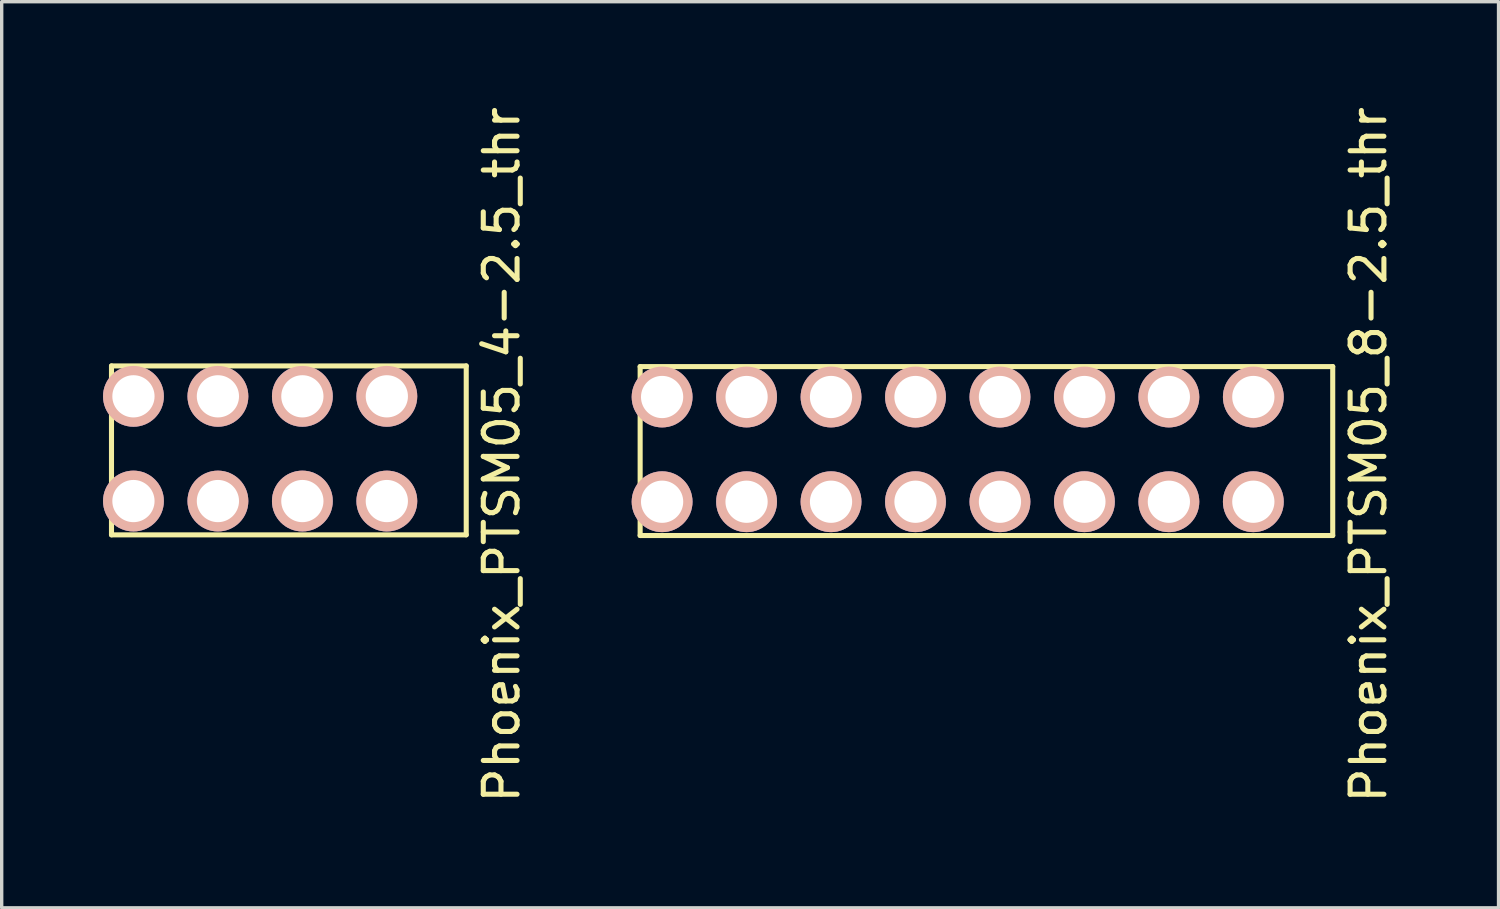
<source format=kicad_pcb>
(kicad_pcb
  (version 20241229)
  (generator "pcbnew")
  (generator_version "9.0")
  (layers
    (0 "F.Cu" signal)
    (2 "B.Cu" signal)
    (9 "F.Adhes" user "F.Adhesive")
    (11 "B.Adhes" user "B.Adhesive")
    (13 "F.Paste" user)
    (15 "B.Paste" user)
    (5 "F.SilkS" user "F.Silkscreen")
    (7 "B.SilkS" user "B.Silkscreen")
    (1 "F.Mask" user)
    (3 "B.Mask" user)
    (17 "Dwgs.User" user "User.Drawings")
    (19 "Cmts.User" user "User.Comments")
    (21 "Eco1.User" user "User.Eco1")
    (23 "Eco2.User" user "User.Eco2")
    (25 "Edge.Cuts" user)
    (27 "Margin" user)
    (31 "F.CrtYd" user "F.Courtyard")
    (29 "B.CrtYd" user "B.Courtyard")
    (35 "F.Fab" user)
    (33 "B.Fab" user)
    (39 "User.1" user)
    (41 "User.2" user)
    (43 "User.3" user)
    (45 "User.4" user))
  (footprint "Phoenix_PTSM05_4-2.5_thr"
    (layer "F.Cu")
    (at 0.9 11.781)
    (property "Reference" "Phoenix_PTSM05_4-2.5_thr" (at 10.9 -1.37 90) (layer "F.SilkS") (effects (font (size 1 1) (thickness 0.15))))
    (attr through_hole)
    (fp_line (start -0.65 -4) (end -0.65 1) (stroke (width 0.15) (type solid)) (layer "F.SilkS"))
    (fp_line (start -0.65 -4) (end 9.85 -4) (stroke (width 0.15) (type solid)) (layer "F.SilkS"))
    (fp_line (start -0.65 1) (end 9.85 1) (stroke (width 0.15) (type solid)) (layer "F.SilkS"))
    (fp_line (start 9.85 -4) (end 9.85 1) (stroke (width 0.15) (type solid)) (layer "F.SilkS"))
    (pad "1" thru_hole circle (at 0 0) (size 1.8 1.8) (drill 1.25) (layers "*.Cu" "*.Mask" "B.SilkS"))
    (pad "2" thru_hole circle (at 0 -3.1) (size 1.8 1.8) (drill 1.25) (layers "*.Cu" "*.Mask" "B.SilkS"))
    (pad "3" thru_hole circle (at 2.5 0) (size 1.8 1.8) (drill 1.25) (layers "*.Cu" "*.Mask" "B.SilkS"))
    (pad "4" thru_hole circle (at 2.5 -3.1) (size 1.8 1.8) (drill 1.25) (layers "*.Cu" "*.Mask" "B.SilkS"))
    (pad "5" thru_hole circle (at 5 0) (size 1.8 1.8) (drill 1.25) (layers "*.Cu" "*.Mask" "B.SilkS"))
    (pad "6" thru_hole circle (at 5 -3.1) (size 1.8 1.8) (drill 1.25) (layers "*.Cu" "*.Mask" "B.SilkS"))
    (pad "7" thru_hole circle (at 7.5 0) (size 1.8 1.8) (drill 1.25) (layers "*.Cu" "*.Mask" "B.SilkS"))
    (pad "8" thru_hole circle (at 7.5 -3.1) (size 1.8 1.8) (drill 1.25) (layers "*.Cu" "*.Mask" "B.SilkS")))
  (footprint "Phoenix_PTSM05_8-2.5_thr"
    (layer "F.Cu")
    (at 16.548 11.801)
    (property "Reference" "Phoenix_PTSM05_8-2.5_thr" (at 20.91 -1.39 90) (layer "F.SilkS") (effects (font (size 1 1) (thickness 0.15))))
    (attr through_hole)
    (fp_line (start -0.65 -4) (end -0.65 1) (stroke (width 0.15) (type solid)) (layer "F.SilkS"))
    (fp_line (start -0.65 -4) (end 19.85 -4) (stroke (width 0.15) (type solid)) (layer "F.SilkS"))
    (fp_line (start -0.65 1) (end 19.85 1) (stroke (width 0.15) (type solid)) (layer "F.SilkS"))
    (fp_line (start 19.85 -4) (end 19.85 1) (stroke (width 0.15) (type solid)) (layer "F.SilkS"))
    (pad "1" thru_hole circle (at 0 0) (size 1.8 1.8) (drill 1.25) (layers "*.Cu" "*.Mask" "B.SilkS"))
    (pad "2" thru_hole circle (at 0 -3.1) (size 1.8 1.8) (drill 1.25) (layers "*.Cu" "*.Mask" "B.SilkS"))
    (pad "3" thru_hole circle (at 2.5 0) (size 1.8 1.8) (drill 1.25) (layers "*.Cu" "*.Mask" "B.SilkS"))
    (pad "4" thru_hole circle (at 2.5 -3.1) (size 1.8 1.8) (drill 1.25) (layers "*.Cu" "*.Mask" "B.SilkS"))
    (pad "5" thru_hole circle (at 5 0) (size 1.8 1.8) (drill 1.25) (layers "*.Cu" "*.Mask" "B.SilkS"))
    (pad "6" thru_hole circle (at 5 -3.1) (size 1.8 1.8) (drill 1.25) (layers "*.Cu" "*.Mask" "B.SilkS"))
    (pad "7" thru_hole circle (at 7.5 0) (size 1.8 1.8) (drill 1.25) (layers "*.Cu" "*.Mask" "B.SilkS"))
    (pad "8" thru_hole circle (at 7.5 -3.1) (size 1.8 1.8) (drill 1.25) (layers "*.Cu" "*.Mask" "B.SilkS"))
    (pad "9" thru_hole circle (at 10 0) (size 1.8 1.8) (drill 1.25) (layers "*.Cu" "*.Mask" "B.SilkS"))
    (pad "10" thru_hole circle (at 10 -3.1) (size 1.8 1.8) (drill 1.25) (layers "*.Cu" "*.Mask" "B.SilkS"))
    (pad "11" thru_hole circle (at 12.5 0) (size 1.8 1.8) (drill 1.25) (layers "*.Cu" "*.Mask" "B.SilkS"))
    (pad "12" thru_hole circle (at 12.5 -3.1) (size 1.8 1.8) (drill 1.25) (layers "*.Cu" "*.Mask" "B.SilkS"))
    (pad "13" thru_hole circle (at 15 0) (size 1.8 1.8) (drill 1.25) (layers "*.Cu" "*.Mask" "B.SilkS"))
    (pad "14" thru_hole circle (at 15 -3.1) (size 1.8 1.8) (drill 1.25) (layers "*.Cu" "*.Mask" "B.SilkS"))
    (pad "15" thru_hole circle (at 17.5 0) (size 1.8 1.8) (drill 1.25) (layers "*.Cu" "*.Mask" "B.SilkS"))
    (pad "16" thru_hole circle (at 17.5 -3.1) (size 1.8 1.8) (drill 1.25) (layers "*.Cu" "*.Mask" "B.SilkS")))
  (gr_rect
    (start -3 -3)
    (end 41.306 23.821)
    (stroke (width 0.1) (type default))
    (fill no)
    (layer "Edge.Cuts")))
</source>
